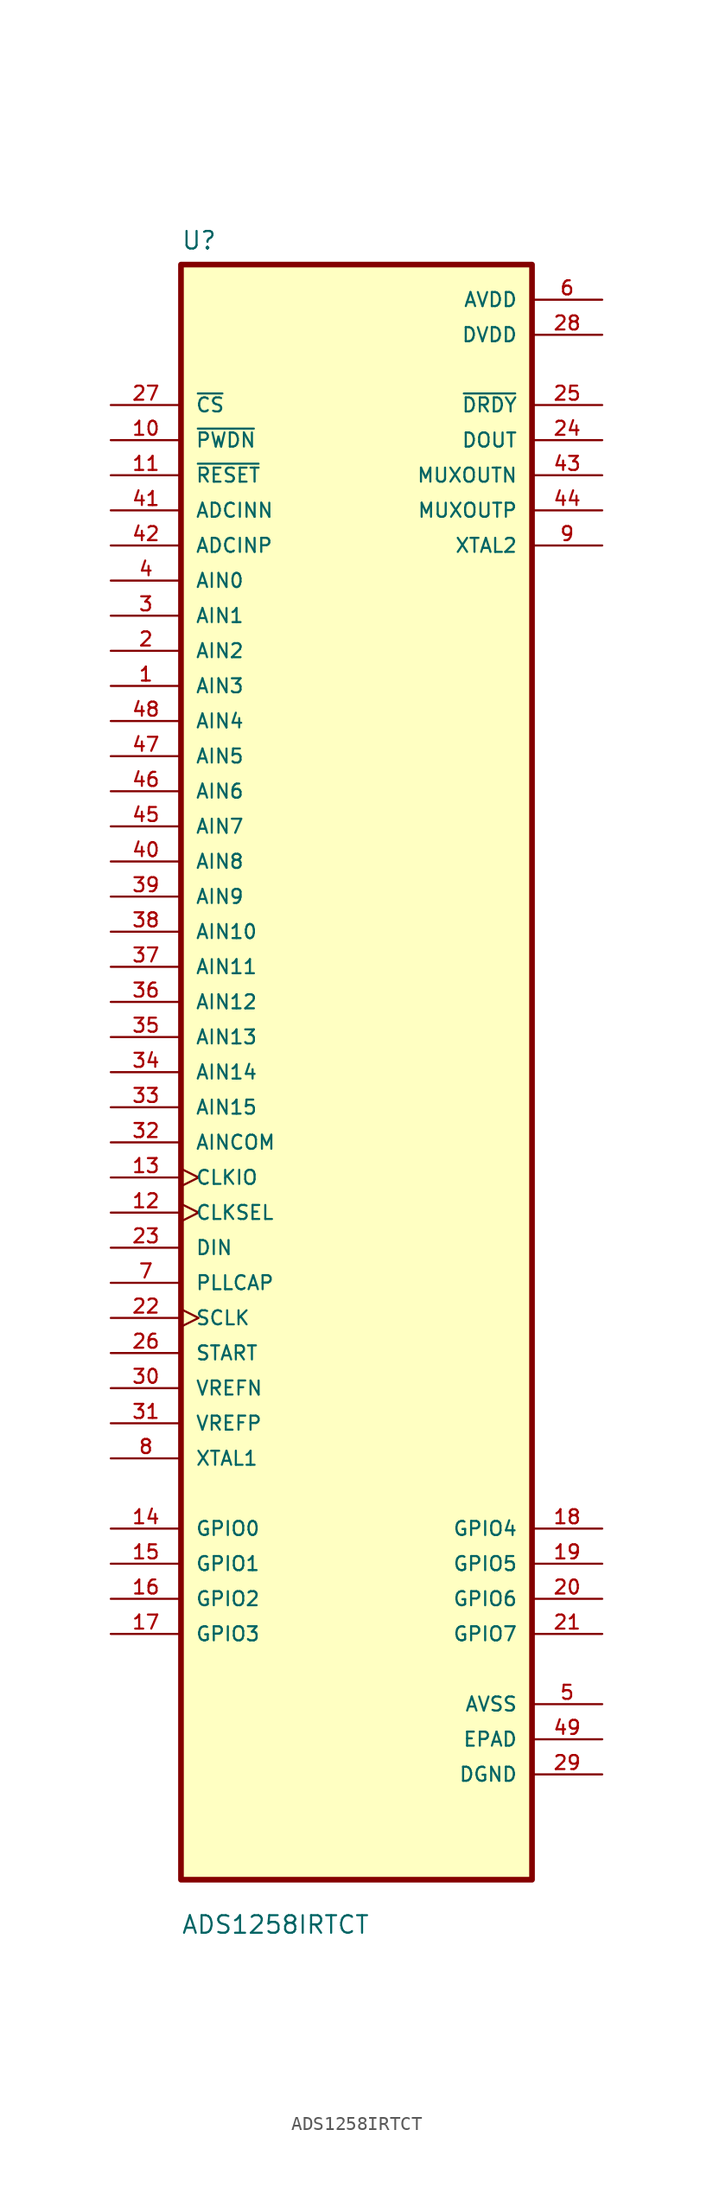
<source format=kicad_sym>
(kicad_symbol_lib
  (version 20211014)
  (generator kicad_symbol_editor)
  (symbol "ADS1258IRTCT"
    (pin_names
      (offset 1.016))
    (property "Reference" "U"
      (at -12.7 59.42 0.0)
      (effects (font (size 1.27 1.27)) (justify bottom left)))
    (property "Value" "ADS1258IRTCT"
      (at -12.7 -62.42 0.0)
      (effects (font (size 1.27 1.27)) (justify bottom left)))
    (symbol "ADS1258IRTCT_0_0"
      (rectangle (start -12.7 -58.42) (end 12.7 58.42) (stroke (width 0.41)) (fill (type background)))
      (pin input line (at -17.78 48.26 0) (length 5.08) (name "~{CS}" (effects (font (size 1.016 1.016)))) (number "27" (effects (font (size 1.016 1.016)))))
      (pin input line (at -17.78 45.72 0) (length 5.08) (name "~{PWDN}" (effects (font (size 1.016 1.016)))) (number "10" (effects (font (size 1.016 1.016)))))
      (pin input line (at -17.78 43.18 0) (length 5.08) (name "~{RESET}" (effects (font (size 1.016 1.016)))) (number "11" (effects (font (size 1.016 1.016)))))
      (pin input line (at -17.78 40.64 0) (length 5.08) (name "ADCINN" (effects (font (size 1.016 1.016)))) (number "41" (effects (font (size 1.016 1.016)))))
      (pin input line (at -17.78 38.1 0) (length 5.08) (name "ADCINP" (effects (font (size 1.016 1.016)))) (number "42" (effects (font (size 1.016 1.016)))))
      (pin input line (at -17.78 35.56 0) (length 5.08) (name "AIN0" (effects (font (size 1.016 1.016)))) (number "4" (effects (font (size 1.016 1.016)))))
      (pin input line (at -17.78 33.02 0) (length 5.08) (name "AIN1" (effects (font (size 1.016 1.016)))) (number "3" (effects (font (size 1.016 1.016)))))
      (pin input line (at -17.78 30.48 0) (length 5.08) (name "AIN2" (effects (font (size 1.016 1.016)))) (number "2" (effects (font (size 1.016 1.016)))))
      (pin input line (at -17.78 27.94 0) (length 5.08) (name "AIN3" (effects (font (size 1.016 1.016)))) (number "1" (effects (font (size 1.016 1.016)))))
      (pin input line (at -17.78 25.4 0) (length 5.08) (name "AIN4" (effects (font (size 1.016 1.016)))) (number "48" (effects (font (size 1.016 1.016)))))
      (pin input line (at -17.78 22.86 0) (length 5.08) (name "AIN5" (effects (font (size 1.016 1.016)))) (number "47" (effects (font (size 1.016 1.016)))))
      (pin input line (at -17.78 20.32 0) (length 5.08) (name "AIN6" (effects (font (size 1.016 1.016)))) (number "46" (effects (font (size 1.016 1.016)))))
      (pin input line (at -17.78 17.78 0) (length 5.08) (name "AIN7" (effects (font (size 1.016 1.016)))) (number "45" (effects (font (size 1.016 1.016)))))
      (pin input line (at -17.78 15.24 0) (length 5.08) (name "AIN8" (effects (font (size 1.016 1.016)))) (number "40" (effects (font (size 1.016 1.016)))))
      (pin input line (at -17.78 12.7 0) (length 5.08) (name "AIN9" (effects (font (size 1.016 1.016)))) (number "39" (effects (font (size 1.016 1.016)))))
      (pin input line (at -17.78 10.16 0) (length 5.08) (name "AIN10" (effects (font (size 1.016 1.016)))) (number "38" (effects (font (size 1.016 1.016)))))
      (pin input line (at -17.78 7.62 0) (length 5.08) (name "AIN11" (effects (font (size 1.016 1.016)))) (number "37" (effects (font (size 1.016 1.016)))))
      (pin input line (at -17.78 5.08 0) (length 5.08) (name "AIN12" (effects (font (size 1.016 1.016)))) (number "36" (effects (font (size 1.016 1.016)))))
      (pin input line (at -17.78 2.54 0) (length 5.08) (name "AIN13" (effects (font (size 1.016 1.016)))) (number "35" (effects (font (size 1.016 1.016)))))
      (pin input line (at -17.78 1.77636e-14 0) (length 5.08) (name "AIN14" (effects (font (size 1.016 1.016)))) (number "34" (effects (font (size 1.016 1.016)))))
      (pin input line (at -17.78 -2.54 0) (length 5.08) (name "AIN15" (effects (font (size 1.016 1.016)))) (number "33" (effects (font (size 1.016 1.016)))))
      (pin input line (at -17.78 -5.08 0) (length 5.08) (name "AINCOM" (effects (font (size 1.016 1.016)))) (number "32" (effects (font (size 1.016 1.016)))))
      (pin input clock (at -17.78 -7.62 0) (length 5.08) (name "CLKIO" (effects (font (size 1.016 1.016)))) (number "13" (effects (font (size 1.016 1.016)))))
      (pin input clock (at -17.78 -10.16 0) (length 5.08) (name "CLKSEL" (effects (font (size 1.016 1.016)))) (number "12" (effects (font (size 1.016 1.016)))))
      (pin input line (at -17.78 -12.7 0) (length 5.08) (name "DIN" (effects (font (size 1.016 1.016)))) (number "23" (effects (font (size 1.016 1.016)))))
      (pin input line (at -17.78 -15.24 0) (length 5.08) (name "PLLCAP" (effects (font (size 1.016 1.016)))) (number "7" (effects (font (size 1.016 1.016)))))
      (pin input clock (at -17.78 -17.78 0) (length 5.08) (name "SCLK" (effects (font (size 1.016 1.016)))) (number "22" (effects (font (size 1.016 1.016)))))
      (pin input line (at -17.78 -20.32 0) (length 5.08) (name "START" (effects (font (size 1.016 1.016)))) (number "26" (effects (font (size 1.016 1.016)))))
      (pin input line (at -17.78 -22.86 0) (length 5.08) (name "VREFN" (effects (font (size 1.016 1.016)))) (number "30" (effects (font (size 1.016 1.016)))))
      (pin input line (at -17.78 -25.4 0) (length 5.08) (name "VREFP" (effects (font (size 1.016 1.016)))) (number "31" (effects (font (size 1.016 1.016)))))
      (pin input line (at -17.78 -27.94 0) (length 5.08) (name "XTAL1" (effects (font (size 1.016 1.016)))) (number "8" (effects (font (size 1.016 1.016)))))
      (pin bidirectional line (at -17.78 -33.02 0) (length 5.08) (name "GPIO0" (effects (font (size 1.016 1.016)))) (number "14" (effects (font (size 1.016 1.016)))))
      (pin bidirectional line (at -17.78 -35.56 0) (length 5.08) (name "GPIO1" (effects (font (size 1.016 1.016)))) (number "15" (effects (font (size 1.016 1.016)))))
      (pin bidirectional line (at -17.78 -38.1 0) (length 5.08) (name "GPIO2" (effects (font (size 1.016 1.016)))) (number "16" (effects (font (size 1.016 1.016)))))
      (pin bidirectional line (at -17.78 -40.64 0) (length 5.08) (name "GPIO3" (effects (font (size 1.016 1.016)))) (number "17" (effects (font (size 1.016 1.016)))))
      (pin power_in line (at 17.78 55.88 180.0) (length 5.08) (name "AVDD" (effects (font (size 1.016 1.016)))) (number "6" (effects (font (size 1.016 1.016)))))
      (pin power_in line (at 17.78 53.34 180.0) (length 5.08) (name "DVDD" (effects (font (size 1.016 1.016)))) (number "28" (effects (font (size 1.016 1.016)))))
      (pin output line (at 17.78 48.26 180.0) (length 5.08) (name "~{DRDY}" (effects (font (size 1.016 1.016)))) (number "25" (effects (font (size 1.016 1.016)))))
      (pin output line (at 17.78 45.72 180.0) (length 5.08) (name "DOUT" (effects (font (size 1.016 1.016)))) (number "24" (effects (font (size 1.016 1.016)))))
      (pin output line (at 17.78 43.18 180.0) (length 5.08) (name "MUXOUTN" (effects (font (size 1.016 1.016)))) (number "43" (effects (font (size 1.016 1.016)))))
      (pin output line (at 17.78 40.64 180.0) (length 5.08) (name "MUXOUTP" (effects (font (size 1.016 1.016)))) (number "44" (effects (font (size 1.016 1.016)))))
      (pin output line (at 17.78 38.1 180.0) (length 5.08) (name "XTAL2" (effects (font (size 1.016 1.016)))) (number "9" (effects (font (size 1.016 1.016)))))
      (pin bidirectional line (at 17.78 -33.02 180.0) (length 5.08) (name "GPIO4" (effects (font (size 1.016 1.016)))) (number "18" (effects (font (size 1.016 1.016)))))
      (pin bidirectional line (at 17.78 -35.56 180.0) (length 5.08) (name "GPIO5" (effects (font (size 1.016 1.016)))) (number "19" (effects (font (size 1.016 1.016)))))
      (pin bidirectional line (at 17.78 -38.1 180.0) (length 5.08) (name "GPIO6" (effects (font (size 1.016 1.016)))) (number "20" (effects (font (size 1.016 1.016)))))
      (pin bidirectional line (at 17.78 -40.64 180.0) (length 5.08) (name "GPIO7" (effects (font (size 1.016 1.016)))) (number "21" (effects (font (size 1.016 1.016)))))
      (pin power_in line (at 17.78 -45.72 180.0) (length 5.08) (name "AVSS" (effects (font (size 1.016 1.016)))) (number "5" (effects (font (size 1.016 1.016)))))
      (pin power_in line (at 17.78 -48.26 180.0) (length 5.08) (name "EPAD" (effects (font (size 1.016 1.016)))) (number "49" (effects (font (size 1.016 1.016)))))
      (pin power_in line (at 17.78 -50.8 180.0) (length 5.08) (name "DGND" (effects (font (size 1.016 1.016)))) (number "29" (effects (font (size 1.016 1.016))))))))
</source>
